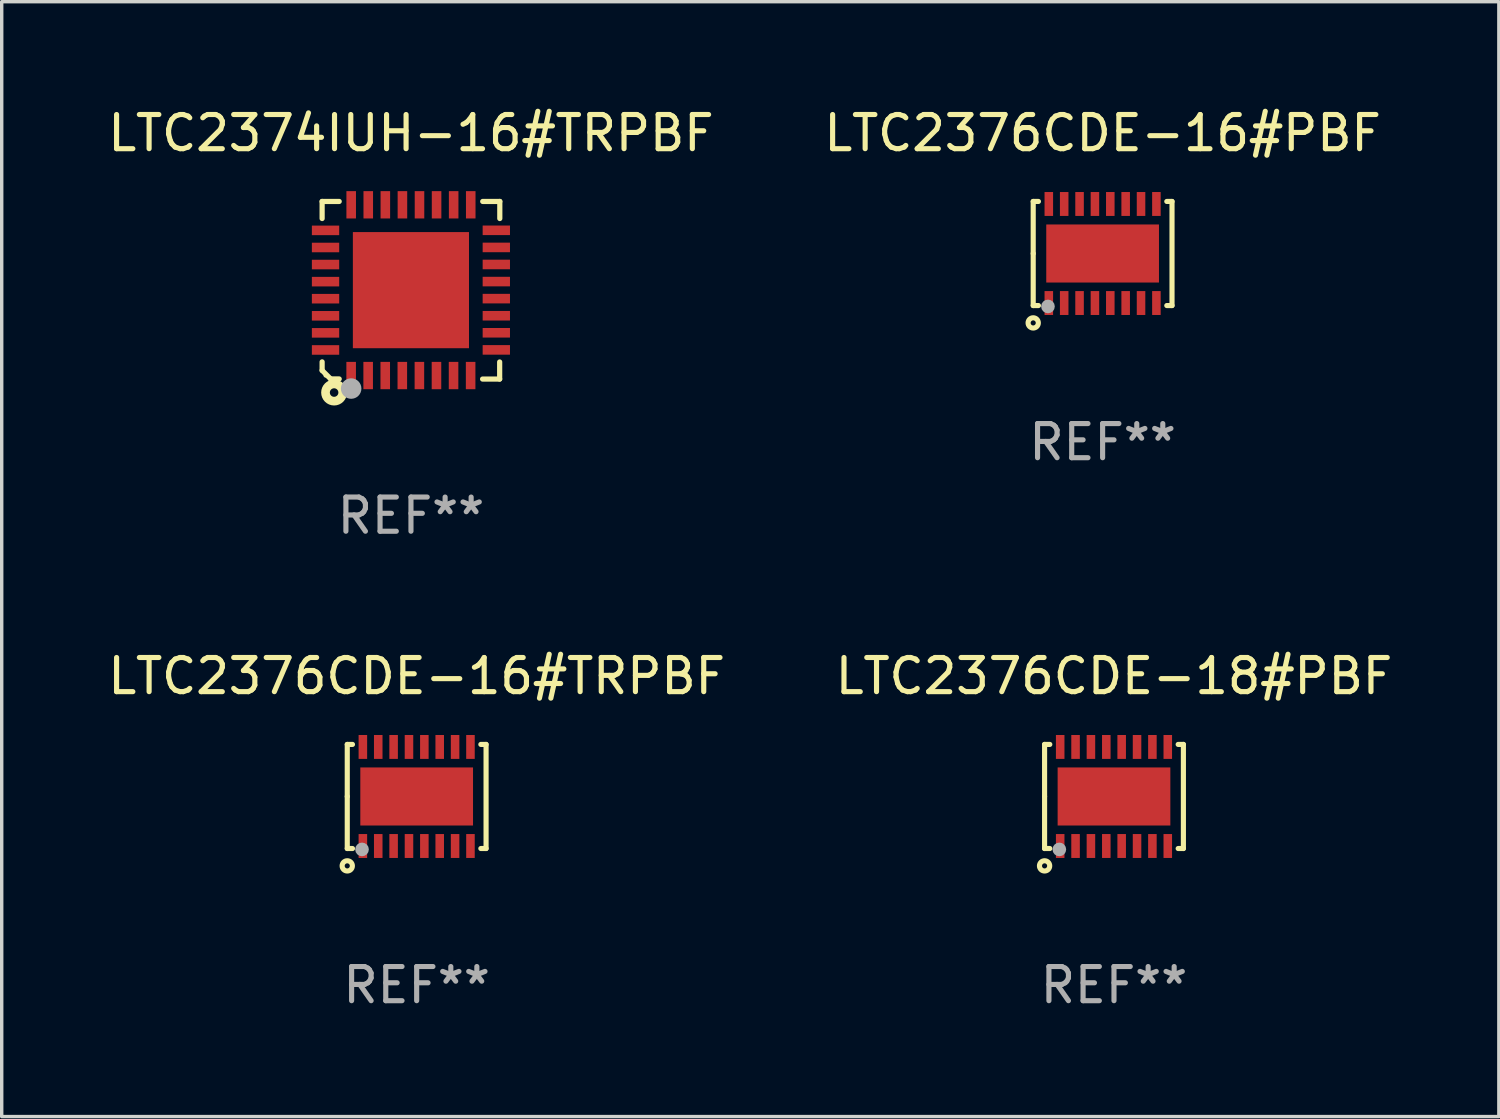
<source format=kicad_pcb>
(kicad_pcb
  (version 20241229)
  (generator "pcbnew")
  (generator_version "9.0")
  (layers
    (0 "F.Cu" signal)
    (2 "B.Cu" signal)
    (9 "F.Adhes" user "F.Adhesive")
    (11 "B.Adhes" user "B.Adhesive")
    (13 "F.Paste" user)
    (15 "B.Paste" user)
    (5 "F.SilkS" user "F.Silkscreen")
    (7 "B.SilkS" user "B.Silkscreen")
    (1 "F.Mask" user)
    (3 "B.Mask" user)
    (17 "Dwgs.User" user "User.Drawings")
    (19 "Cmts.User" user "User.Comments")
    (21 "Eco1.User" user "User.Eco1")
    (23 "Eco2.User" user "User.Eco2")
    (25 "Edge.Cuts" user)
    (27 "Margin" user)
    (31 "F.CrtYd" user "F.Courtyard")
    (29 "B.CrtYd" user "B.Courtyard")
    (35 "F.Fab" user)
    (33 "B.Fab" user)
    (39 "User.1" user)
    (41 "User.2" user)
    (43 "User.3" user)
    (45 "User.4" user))
  (footprint "LTC2374IUH-16#TRPBF"
    (layer "F.Cu")
    (at 8.982 5.448)
    (property "Reference" "LTC2374IUH-16#TRPBF" (at 0 -4.6 0) (layer "F.SilkS") (effects (font (size 1 1) (thickness 0.15))))
    (attr through_hole)
    (fp_line (start -2.601 2.097) (end -2.601 2.347) (stroke (width 0.152) (type solid)) (layer "F.SilkS"))
    (fp_line (start -2.601 2.347) (end -2.351 2.597) (stroke (width 0.152) (type solid)) (layer "F.SilkS"))
    (fp_line (start -2.601 -2.6) (end -2.601 -2.1) (stroke (width 0.152) (type solid)) (layer "F.SilkS"))
    (fp_line (start -2.601 -2.6) (end -2.101 -2.6) (stroke (width 0.152) (type solid)) (layer "F.SilkS"))
    (fp_line (start -2.351 2.597) (end -2.101 2.597) (stroke (width 0.152) (type solid)) (layer "F.SilkS"))
    (fp_line (start 2.597 2.6) (end 2.097 2.6) (stroke (width 0.152) (type solid)) (layer "F.SilkS"))
    (fp_line (start 2.597 2.6) (end 2.597 2.1) (stroke (width 0.152) (type solid)) (layer "F.SilkS"))
    (fp_line (start 2.601 -2.6) (end 2.101 -2.6) (stroke (width 0.152) (type solid)) (layer "F.SilkS"))
    (fp_line (start 2.601 -2.6) (end 2.601 -2.1) (stroke (width 0.152) (type solid)) (layer "F.SilkS"))
    (fp_circle (center -2.501 2.497) (end -2.471 2.497) (stroke (width 0.06) (type solid)) (fill no) (layer "F.SilkS"))
    (fp_circle (center -2.25 2.995) (end -2.125 2.995) (stroke (width 0.254) (type solid)) (fill no) (layer "F.SilkS"))
    (fp_circle (center -1.751 2.878) (end -1.601 2.878) (stroke (width 0.3) (type solid)) (fill no) (layer "F.Fab"))
    (fp_text user "REF**" (at 0 6.6 0) (layer "F.Fab") (effects (font (size 1 1) (thickness 0.15))))
    (pad "1" smd rect (at -1.751 2.497) (size 0.28 0.8) (layers "F.Cu" "F.Mask" "F.Paste"))
    (pad "2" smd rect (at -1.253 2.497) (size 0.28 0.8) (layers "F.Cu" "F.Mask" "F.Paste"))
    (pad "3" smd rect (at -0.753 2.497) (size 0.28 0.8) (layers "F.Cu" "F.Mask" "F.Paste"))
    (pad "4" smd rect (at -0.253 2.497) (size 0.28 0.8) (layers "F.Cu" "F.Mask" "F.Paste"))
    (pad "5" smd rect (at 0.247 2.497) (size 0.28 0.8) (layers "F.Cu" "F.Mask" "F.Paste"))
    (pad "6" smd rect (at 0.747 2.497) (size 0.28 0.8) (layers "F.Cu" "F.Mask" "F.Paste"))
    (pad "7" smd rect (at 1.247 2.497) (size 0.28 0.8) (layers "F.Cu" "F.Mask" "F.Paste"))
    (pad "8" smd rect (at 1.747 2.497) (size 0.28 0.8) (layers "F.Cu" "F.Mask" "F.Paste"))
    (pad "9" smd rect (at 2.499 1.746) (size 0.8 0.28) (layers "F.Cu" "F.Mask" "F.Paste"))
    (pad "10" smd rect (at 2.499 1.245) (size 0.8 0.28) (layers "F.Cu" "F.Mask" "F.Paste"))
    (pad "11" smd rect (at 2.499 0.746) (size 0.8 0.28) (layers "F.Cu" "F.Mask" "F.Paste"))
    (pad "12" smd rect (at 2.499 0.245) (size 0.8 0.28) (layers "F.Cu" "F.Mask" "F.Paste"))
    (pad "13" smd rect (at 2.499 -0.254) (size 0.8 0.28) (layers "F.Cu" "F.Mask" "F.Paste"))
    (pad "14" smd rect (at 2.499 -0.755) (size 0.8 0.28) (layers "F.Cu" "F.Mask" "F.Paste"))
    (pad "15" smd rect (at 2.499 -1.254) (size 0.8 0.28) (layers "F.Cu" "F.Mask" "F.Paste"))
    (pad "16" smd rect (at 2.499 -1.755) (size 0.8 0.28) (layers "F.Cu" "F.Mask" "F.Paste"))
    (pad "17" smd rect (at 1.75 -2.502) (size 0.28 0.8) (layers "F.Cu" "F.Mask" "F.Paste"))
    (pad "18" smd rect (at 1.25 -2.502) (size 0.28 0.8) (layers "F.Cu" "F.Mask" "F.Paste"))
    (pad "19" smd rect (at 0.75 -2.502) (size 0.28 0.8) (layers "F.Cu" "F.Mask" "F.Paste"))
    (pad "20" smd rect (at 0.25 -2.502) (size 0.28 0.8) (layers "F.Cu" "F.Mask" "F.Paste"))
    (pad "21" smd rect (at -0.25 -2.502) (size 0.28 0.8) (layers "F.Cu" "F.Mask" "F.Paste"))
    (pad "22" smd rect (at -0.75 -2.502) (size 0.28 0.8) (layers "F.Cu" "F.Mask" "F.Paste"))
    (pad "23" smd rect (at -1.25 -2.502) (size 0.28 0.8) (layers "F.Cu" "F.Mask" "F.Paste"))
    (pad "24" smd rect (at -1.75 -2.502) (size 0.28 0.8) (layers "F.Cu" "F.Mask" "F.Paste"))
    (pad "25" smd rect (at -2.501 -1.753) (size 0.8 0.28) (layers "F.Cu" "F.Mask" "F.Paste"))
    (pad "26" smd rect (at -2.501 -1.252) (size 0.8 0.28) (layers "F.Cu" "F.Mask" "F.Paste"))
    (pad "27" smd rect (at -2.501 -0.753) (size 0.8 0.28) (layers "F.Cu" "F.Mask" "F.Paste"))
    (pad "28" smd rect (at -2.501 -0.252) (size 0.8 0.28) (layers "F.Cu" "F.Mask" "F.Paste"))
    (pad "29" smd rect (at -2.501 0.247) (size 0.8 0.28) (layers "F.Cu" "F.Mask" "F.Paste"))
    (pad "30" smd rect (at -2.501 0.748) (size 0.8 0.28) (layers "F.Cu" "F.Mask" "F.Paste"))
    (pad "31" smd rect (at -2.501 1.247) (size 0.8 0.28) (layers "F.Cu" "F.Mask" "F.Paste"))
    (pad "32" smd rect (at -2.501 1.748) (size 0.8 0.28) (layers "F.Cu" "F.Mask" "F.Paste"))
    (pad "33" smd rect (at -0.001 -0.003 180) (size 3.4 3.4) (layers "F.Cu" "F.Mask" "F.Paste")))
  (footprint "LTC2376CDE-16#PBF"
    (layer "F.Cu")
    (at 29.232 4.372)
    (property "Reference" "LTC2376CDE-16#PBF" (at 0 -3.524 0) (layer "F.SilkS") (effects (font (size 1 1) (thickness 0.15))))
    (attr through_hole)
    (fp_line (start -2.032 -1.524) (end -1.879 -1.524) (stroke (width 0.15) (type solid)) (layer "F.SilkS"))
    (fp_line (start -2.032 0) (end -2.032 -1.524) (stroke (width 0.15) (type solid)) (layer "F.SilkS"))
    (fp_line (start -2.032 1.524) (end -2.032 0) (stroke (width 0.15) (type solid)) (layer "F.SilkS"))
    (fp_line (start -1.879 1.524) (end -2.032 1.524) (stroke (width 0.15) (type solid)) (layer "F.SilkS"))
    (fp_line (start 1.879 -1.524) (end 2.032 -1.524) (stroke (width 0.15) (type solid)) (layer "F.SilkS"))
    (fp_line (start 2.032 -1.524) (end 2.032 1.524) (stroke (width 0.15) (type solid)) (layer "F.SilkS"))
    (fp_line (start 2.032 1.524) (end 1.879 1.524) (stroke (width 0.15) (type solid)) (layer "F.SilkS"))
    (fp_circle (center -2.032 2.032) (end -1.882 2.032) (stroke (width 0.15) (type solid)) (fill no) (layer "F.SilkS"))
    (fp_circle (center -2 1.5) (end -1.97 1.5) (stroke (width 0.06) (type solid)) (fill no) (layer "F.SilkS"))
    (fp_circle (center -1.6 1.55) (end -1.5 1.55) (stroke (width 0.2) (type solid)) (fill no) (layer "F.Fab"))
    (fp_text user "REF**" (at 0 5.524 0) (layer "F.Fab") (effects (font (size 1 1) (thickness 0.15))))
    (pad "1" smd rect (at -1.575 1.45 90) (size 0.7 0.25) (layers "F.Cu" "F.Mask" "F.Paste"))
    (pad "2" smd rect (at -1.125 1.45 90) (size 0.7 0.25) (layers "F.Cu" "F.Mask" "F.Paste"))
    (pad "3" smd rect (at -0.675 1.45 90) (size 0.7 0.25) (layers "F.Cu" "F.Mask" "F.Paste"))
    (pad "4" smd rect (at -0.225 1.45 90) (size 0.7 0.25) (layers "F.Cu" "F.Mask" "F.Paste"))
    (pad "5" smd rect (at 0.225 1.45 90) (size 0.7 0.25) (layers "F.Cu" "F.Mask" "F.Paste"))
    (pad "6" smd rect (at 0.675 1.45 90) (size 0.7 0.25) (layers "F.Cu" "F.Mask" "F.Paste"))
    (pad "7" smd rect (at 1.125 1.45 90) (size 0.7 0.25) (layers "F.Cu" "F.Mask" "F.Paste"))
    (pad "8" smd rect (at 1.575 1.45 90) (size 0.7 0.25) (layers "F.Cu" "F.Mask" "F.Paste"))
    (pad "9" smd rect (at 1.575 -1.45 90) (size 0.7 0.25) (layers "F.Cu" "F.Mask" "F.Paste"))
    (pad "10" smd rect (at 1.125 -1.45 90) (size 0.7 0.25) (layers "F.Cu" "F.Mask" "F.Paste"))
    (pad "11" smd rect (at 0.675 -1.45 90) (size 0.7 0.25) (layers "F.Cu" "F.Mask" "F.Paste"))
    (pad "12" smd rect (at 0.225 -1.45 90) (size 0.7 0.25) (layers "F.Cu" "F.Mask" "F.Paste"))
    (pad "13" smd rect (at -0.225 -1.45 90) (size 0.7 0.25) (layers "F.Cu" "F.Mask" "F.Paste"))
    (pad "14" smd rect (at -0.675 -1.45 90) (size 0.7 0.25) (layers "F.Cu" "F.Mask" "F.Paste"))
    (pad "15" smd rect (at -1.125 -1.45 90) (size 0.7 0.25) (layers "F.Cu" "F.Mask" "F.Paste"))
    (pad "16" smd rect (at -1.575 -1.45 90) (size 0.7 0.25) (layers "F.Cu" "F.Mask" "F.Paste"))
    (pad "17" smd rect (at 0.000127 0 90) (size 1.7 3.3) (layers "F.Cu" "F.Mask" "F.Paste")))
  (footprint "LTC2376CDE-16#TRPBF"
    (layer "F.Cu")
    (at 9.149 20.269)
    (property "Reference" "LTC2376CDE-16#TRPBF" (at 0 -3.524 0) (layer "F.SilkS") (effects (font (size 1 1) (thickness 0.15))))
    (attr through_hole)
    (fp_line (start -2.032 -1.524) (end -1.879 -1.524) (stroke (width 0.15) (type solid)) (layer "F.SilkS"))
    (fp_line (start -2.032 0) (end -2.032 -1.524) (stroke (width 0.15) (type solid)) (layer "F.SilkS"))
    (fp_line (start -2.032 1.524) (end -2.032 0) (stroke (width 0.15) (type solid)) (layer "F.SilkS"))
    (fp_line (start -1.879 1.524) (end -2.032 1.524) (stroke (width 0.15) (type solid)) (layer "F.SilkS"))
    (fp_line (start 1.879 -1.524) (end 2.032 -1.524) (stroke (width 0.15) (type solid)) (layer "F.SilkS"))
    (fp_line (start 2.032 -1.524) (end 2.032 1.524) (stroke (width 0.15) (type solid)) (layer "F.SilkS"))
    (fp_line (start 2.032 1.524) (end 1.879 1.524) (stroke (width 0.15) (type solid)) (layer "F.SilkS"))
    (fp_circle (center -2.032 2.032) (end -1.882 2.032) (stroke (width 0.15) (type solid)) (fill no) (layer "F.SilkS"))
    (fp_circle (center -2 1.5) (end -1.97 1.5) (stroke (width 0.06) (type solid)) (fill no) (layer "F.SilkS"))
    (fp_circle (center -1.6 1.55) (end -1.5 1.55) (stroke (width 0.2) (type solid)) (fill no) (layer "F.Fab"))
    (fp_text user "REF**" (at 0 5.524 0) (layer "F.Fab") (effects (font (size 1 1) (thickness 0.15))))
    (pad "1" smd rect (at -1.575 1.45 90) (size 0.7 0.25) (layers "F.Cu" "F.Mask" "F.Paste"))
    (pad "2" smd rect (at -1.125 1.45 90) (size 0.7 0.25) (layers "F.Cu" "F.Mask" "F.Paste"))
    (pad "3" smd rect (at -0.675 1.45 90) (size 0.7 0.25) (layers "F.Cu" "F.Mask" "F.Paste"))
    (pad "4" smd rect (at -0.225 1.45 90) (size 0.7 0.25) (layers "F.Cu" "F.Mask" "F.Paste"))
    (pad "5" smd rect (at 0.225 1.45 90) (size 0.7 0.25) (layers "F.Cu" "F.Mask" "F.Paste"))
    (pad "6" smd rect (at 0.675 1.45 90) (size 0.7 0.25) (layers "F.Cu" "F.Mask" "F.Paste"))
    (pad "7" smd rect (at 1.125 1.45 90) (size 0.7 0.25) (layers "F.Cu" "F.Mask" "F.Paste"))
    (pad "8" smd rect (at 1.575 1.45 90) (size 0.7 0.25) (layers "F.Cu" "F.Mask" "F.Paste"))
    (pad "9" smd rect (at 1.575 -1.45 90) (size 0.7 0.25) (layers "F.Cu" "F.Mask" "F.Paste"))
    (pad "10" smd rect (at 1.125 -1.45 90) (size 0.7 0.25) (layers "F.Cu" "F.Mask" "F.Paste"))
    (pad "11" smd rect (at 0.675 -1.45 90) (size 0.7 0.25) (layers "F.Cu" "F.Mask" "F.Paste"))
    (pad "12" smd rect (at 0.225 -1.45 90) (size 0.7 0.25) (layers "F.Cu" "F.Mask" "F.Paste"))
    (pad "13" smd rect (at -0.225 -1.45 90) (size 0.7 0.25) (layers "F.Cu" "F.Mask" "F.Paste"))
    (pad "14" smd rect (at -0.675 -1.45 90) (size 0.7 0.25) (layers "F.Cu" "F.Mask" "F.Paste"))
    (pad "15" smd rect (at -1.125 -1.45 90) (size 0.7 0.25) (layers "F.Cu" "F.Mask" "F.Paste"))
    (pad "16" smd rect (at -1.575 -1.45 90) (size 0.7 0.25) (layers "F.Cu" "F.Mask" "F.Paste"))
    (pad "17" smd rect (at 0.000127 0 90) (size 1.7 3.3) (layers "F.Cu" "F.Mask" "F.Paste")))
  (footprint "LTC2376CDE-18#PBF"
    (layer "F.Cu")
    (at 29.565 20.269)
    (property "Reference" "LTC2376CDE-18#PBF" (at 0 -3.524 0) (layer "F.SilkS") (effects (font (size 1 1) (thickness 0.15))))
    (attr through_hole)
    (fp_line (start -2.032 -1.524) (end -1.879 -1.524) (stroke (width 0.15) (type solid)) (layer "F.SilkS"))
    (fp_line (start -2.032 0) (end -2.032 -1.524) (stroke (width 0.15) (type solid)) (layer "F.SilkS"))
    (fp_line (start -2.032 1.524) (end -2.032 0) (stroke (width 0.15) (type solid)) (layer "F.SilkS"))
    (fp_line (start -1.879 1.524) (end -2.032 1.524) (stroke (width 0.15) (type solid)) (layer "F.SilkS"))
    (fp_line (start 1.879 -1.524) (end 2.032 -1.524) (stroke (width 0.15) (type solid)) (layer "F.SilkS"))
    (fp_line (start 2.032 -1.524) (end 2.032 1.524) (stroke (width 0.15) (type solid)) (layer "F.SilkS"))
    (fp_line (start 2.032 1.524) (end 1.879 1.524) (stroke (width 0.15) (type solid)) (layer "F.SilkS"))
    (fp_circle (center -2.032 2.032) (end -1.882 2.032) (stroke (width 0.15) (type solid)) (fill no) (layer "F.SilkS"))
    (fp_circle (center -2 1.5) (end -1.97 1.5) (stroke (width 0.06) (type solid)) (fill no) (layer "F.SilkS"))
    (fp_circle (center -1.6 1.55) (end -1.5 1.55) (stroke (width 0.2) (type solid)) (fill no) (layer "F.Fab"))
    (fp_text user "REF**" (at 0 5.524 0) (layer "F.Fab") (effects (font (size 1 1) (thickness 0.15))))
    (pad "1" smd rect (at -1.575 1.45 90) (size 0.7 0.25) (layers "F.Cu" "F.Mask" "F.Paste"))
    (pad "2" smd rect (at -1.125 1.45 90) (size 0.7 0.25) (layers "F.Cu" "F.Mask" "F.Paste"))
    (pad "3" smd rect (at -0.675 1.45 90) (size 0.7 0.25) (layers "F.Cu" "F.Mask" "F.Paste"))
    (pad "4" smd rect (at -0.225 1.45 90) (size 0.7 0.25) (layers "F.Cu" "F.Mask" "F.Paste"))
    (pad "5" smd rect (at 0.225 1.45 90) (size 0.7 0.25) (layers "F.Cu" "F.Mask" "F.Paste"))
    (pad "6" smd rect (at 0.675 1.45 90) (size 0.7 0.25) (layers "F.Cu" "F.Mask" "F.Paste"))
    (pad "7" smd rect (at 1.125 1.45 90) (size 0.7 0.25) (layers "F.Cu" "F.Mask" "F.Paste"))
    (pad "8" smd rect (at 1.575 1.45 90) (size 0.7 0.25) (layers "F.Cu" "F.Mask" "F.Paste"))
    (pad "9" smd rect (at 1.575 -1.45 90) (size 0.7 0.25) (layers "F.Cu" "F.Mask" "F.Paste"))
    (pad "10" smd rect (at 1.125 -1.45 90) (size 0.7 0.25) (layers "F.Cu" "F.Mask" "F.Paste"))
    (pad "11" smd rect (at 0.675 -1.45 90) (size 0.7 0.25) (layers "F.Cu" "F.Mask" "F.Paste"))
    (pad "12" smd rect (at 0.225 -1.45 90) (size 0.7 0.25) (layers "F.Cu" "F.Mask" "F.Paste"))
    (pad "13" smd rect (at -0.225 -1.45 90) (size 0.7 0.25) (layers "F.Cu" "F.Mask" "F.Paste"))
    (pad "14" smd rect (at -0.675 -1.45 90) (size 0.7 0.25) (layers "F.Cu" "F.Mask" "F.Paste"))
    (pad "15" smd rect (at -1.125 -1.45 90) (size 0.7 0.25) (layers "F.Cu" "F.Mask" "F.Paste"))
    (pad "16" smd rect (at -1.575 -1.45 90) (size 0.7 0.25) (layers "F.Cu" "F.Mask" "F.Paste"))
    (pad "17" smd rect (at 0.000127 0 90) (size 1.7 3.3) (layers "F.Cu" "F.Mask" "F.Paste")))
  (gr_rect
    (start -3 -3)
    (end 40.833 29.641)
    (stroke (width 0.1) (type default))
    (fill no)
    (layer "Edge.Cuts")))
</source>
